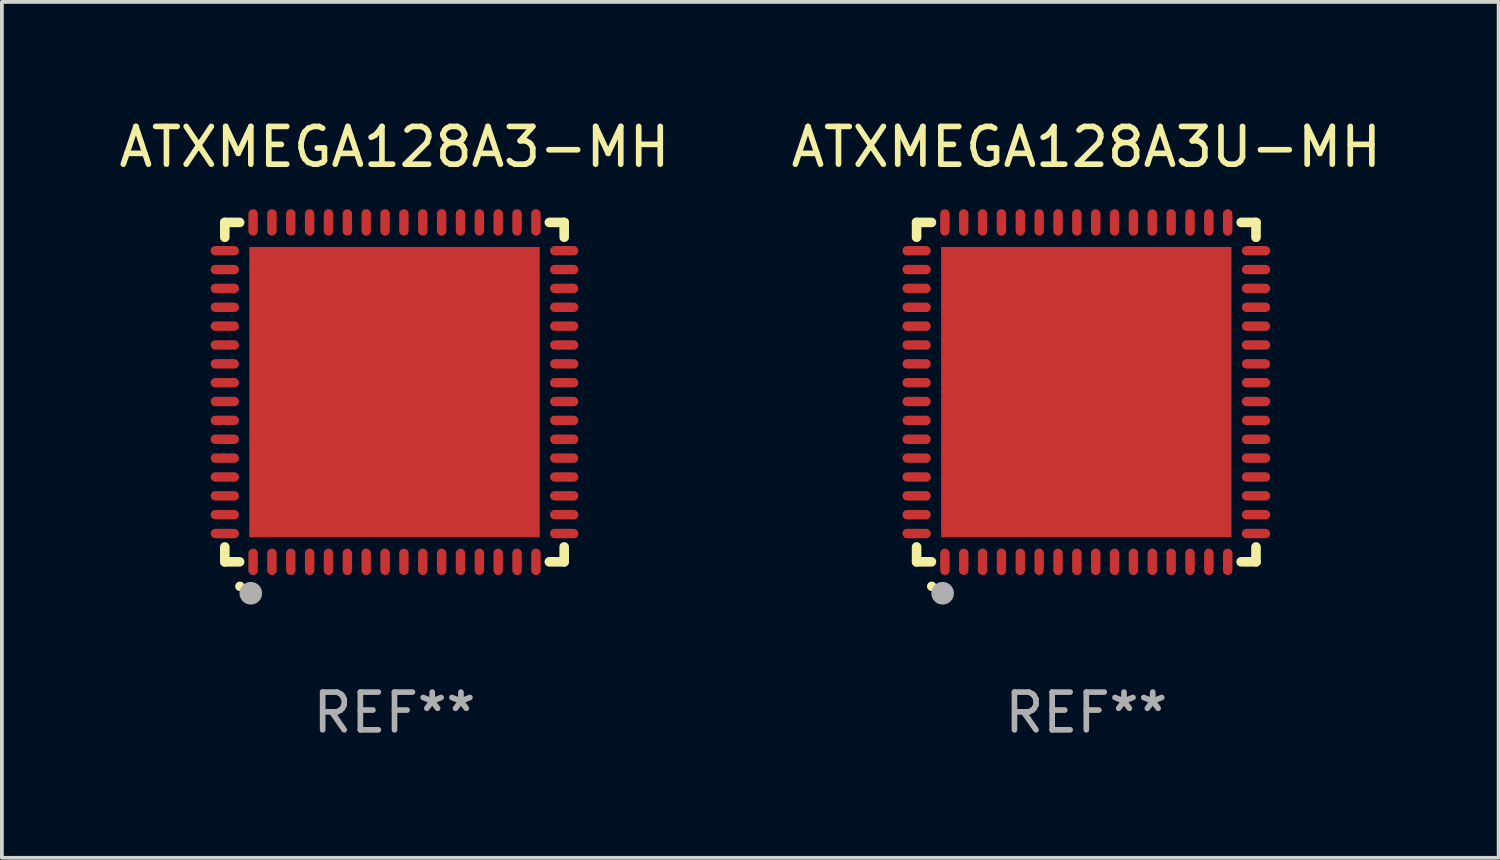
<source format=kicad_pcb>
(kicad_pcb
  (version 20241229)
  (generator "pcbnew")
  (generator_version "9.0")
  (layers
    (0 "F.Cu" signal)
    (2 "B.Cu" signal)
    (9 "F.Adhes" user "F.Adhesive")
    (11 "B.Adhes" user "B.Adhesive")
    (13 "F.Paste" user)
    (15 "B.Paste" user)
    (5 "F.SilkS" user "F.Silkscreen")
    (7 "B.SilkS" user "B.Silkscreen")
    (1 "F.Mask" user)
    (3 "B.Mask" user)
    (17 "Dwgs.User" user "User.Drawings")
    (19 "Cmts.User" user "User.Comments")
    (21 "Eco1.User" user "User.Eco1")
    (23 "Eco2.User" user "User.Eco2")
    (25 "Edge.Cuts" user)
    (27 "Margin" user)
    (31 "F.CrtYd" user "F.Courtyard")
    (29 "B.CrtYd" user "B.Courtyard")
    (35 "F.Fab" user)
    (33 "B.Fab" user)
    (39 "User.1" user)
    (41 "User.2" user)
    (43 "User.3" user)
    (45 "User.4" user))
  (footprint "ATXMEGA128A3U-MH"
    (layer "F.Cu")
    (at 25.756 7.348)
    (property "Reference" "ATXMEGA128A3U-MH" (at 0 -6.5 0) (layer "F.SilkS") (effects (font (size 1 1) (thickness 0.15))))
    (attr through_hole)
    (fp_line (start -4.5 -4.5) (end -4.106 -4.5) (stroke (width 0.254) (type solid)) (layer "F.SilkS"))
    (fp_line (start -4.5 -4.106) (end -4.5 -4.5) (stroke (width 0.254) (type solid)) (layer "F.SilkS"))
    (fp_line (start -4.5 4.5) (end -4.5 4.106) (stroke (width 0.254) (type solid)) (layer "F.SilkS"))
    (fp_line (start -4.106 4.5) (end -4.5 4.5) (stroke (width 0.254) (type solid)) (layer "F.SilkS"))
    (fp_line (start 4.106 -4.5) (end 4.5 -4.5) (stroke (width 0.254) (type solid)) (layer "F.SilkS"))
    (fp_line (start 4.5 -4.5) (end 4.5 -4.106) (stroke (width 0.254) (type solid)) (layer "F.SilkS"))
    (fp_line (start 4.5 4.106) (end 4.5 4.5) (stroke (width 0.254) (type solid)) (layer "F.SilkS"))
    (fp_line (start 4.5 4.5) (end 4.106 4.5) (stroke (width 0.254) (type solid)) (layer "F.SilkS"))
    (fp_arc (start -4.099987 5.149898) (mid -4.098717 5.149892) (end -4.097447 5.149898) (stroke (width 0.24892) (type solid)) (layer "F.SilkS"))
    (fp_circle (center -4.5 4.5) (end -4.47 4.5) (stroke (width 0.06) (type solid)) (fill no) (layer "F.SilkS"))
    (fp_circle (center -3.81 5.334) (end -3.66 5.334) (stroke (width 0.3) (type solid)) (fill no) (layer "F.Fab"))
    (fp_text user "REF**" (at 0 8.5 0) (layer "F.Fab") (effects (font (size 1 1) (thickness 0.15))))
    (pad "1" smd oval (at -3.75 4.5) (size 0.25 0.7) (layers "F.Cu" "F.Mask" "F.Paste"))
    (pad "2" smd oval (at -3.25 4.5) (size 0.25 0.7) (layers "F.Cu" "F.Mask" "F.Paste"))
    (pad "3" smd oval (at -2.75 4.5) (size 0.25 0.7) (layers "F.Cu" "F.Mask" "F.Paste"))
    (pad "4" smd oval (at -2.25 4.5) (size 0.25 0.7) (layers "F.Cu" "F.Mask" "F.Paste"))
    (pad "5" smd oval (at -1.75 4.5) (size 0.25 0.7) (layers "F.Cu" "F.Mask" "F.Paste"))
    (pad "6" smd oval (at -1.25 4.5) (size 0.25 0.7) (layers "F.Cu" "F.Mask" "F.Paste"))
    (pad "7" smd oval (at -0.75 4.5) (size 0.25 0.7) (layers "F.Cu" "F.Mask" "F.Paste"))
    (pad "8" smd oval (at -0.25 4.5) (size 0.25 0.7) (layers "F.Cu" "F.Mask" "F.Paste"))
    (pad "9" smd oval (at 0.25 4.5) (size 0.25 0.7) (layers "F.Cu" "F.Mask" "F.Paste"))
    (pad "10" smd oval (at 0.75 4.5) (size 0.25 0.7) (layers "F.Cu" "F.Mask" "F.Paste"))
    (pad "11" smd oval (at 1.25 4.5) (size 0.25 0.7) (layers "F.Cu" "F.Mask" "F.Paste"))
    (pad "12" smd oval (at 1.75 4.5) (size 0.25 0.7) (layers "F.Cu" "F.Mask" "F.Paste"))
    (pad "13" smd oval (at 2.25 4.5) (size 0.25 0.7) (layers "F.Cu" "F.Mask" "F.Paste"))
    (pad "14" smd oval (at 2.75 4.5) (size 0.25 0.7) (layers "F.Cu" "F.Mask" "F.Paste"))
    (pad "15" smd oval (at 3.25 4.5) (size 0.25 0.7) (layers "F.Cu" "F.Mask" "F.Paste"))
    (pad "16" smd oval (at 3.75 4.5) (size 0.25 0.7) (layers "F.Cu" "F.Mask" "F.Paste"))
    (pad "17" smd oval (at 4.5 3.75) (size 0.75 0.25) (layers "F.Cu" "F.Mask" "F.Paste"))
    (pad "18" smd oval (at 4.5 3.25) (size 0.75 0.25) (layers "F.Cu" "F.Mask" "F.Paste"))
    (pad "19" smd oval (at 4.5 2.75) (size 0.75 0.25) (layers "F.Cu" "F.Mask" "F.Paste"))
    (pad "20" smd oval (at 4.5 2.25) (size 0.75 0.25) (layers "F.Cu" "F.Mask" "F.Paste"))
    (pad "21" smd oval (at 4.5 1.75) (size 0.75 0.25) (layers "F.Cu" "F.Mask" "F.Paste"))
    (pad "22" smd oval (at 4.5 1.25) (size 0.75 0.25) (layers "F.Cu" "F.Mask" "F.Paste"))
    (pad "23" smd oval (at 4.5 0.75) (size 0.75 0.25) (layers "F.Cu" "F.Mask" "F.Paste"))
    (pad "24" smd oval (at 4.5 0.25) (size 0.75 0.25) (layers "F.Cu" "F.Mask" "F.Paste"))
    (pad "25" smd oval (at 4.5 -0.25) (size 0.75 0.25) (layers "F.Cu" "F.Mask" "F.Paste"))
    (pad "26" smd oval (at 4.5 -0.75) (size 0.75 0.25) (layers "F.Cu" "F.Mask" "F.Paste"))
    (pad "27" smd oval (at 4.5 -1.25) (size 0.75 0.25) (layers "F.Cu" "F.Mask" "F.Paste"))
    (pad "28" smd oval (at 4.5 -1.75) (size 0.75 0.25) (layers "F.Cu" "F.Mask" "F.Paste"))
    (pad "29" smd oval (at 4.5 -2.25) (size 0.75 0.25) (layers "F.Cu" "F.Mask" "F.Paste"))
    (pad "30" smd oval (at 4.5 -2.75) (size 0.75 0.25) (layers "F.Cu" "F.Mask" "F.Paste"))
    (pad "31" smd oval (at 4.5 -3.25) (size 0.75 0.25) (layers "F.Cu" "F.Mask" "F.Paste"))
    (pad "32" smd oval (at 4.5 -3.75) (size 0.75 0.25) (layers "F.Cu" "F.Mask" "F.Paste"))
    (pad "33" smd oval (at 3.75 -4.5) (size 0.25 0.7) (layers "F.Cu" "F.Mask" "F.Paste"))
    (pad "34" smd oval (at 3.25 -4.5) (size 0.25 0.7) (layers "F.Cu" "F.Mask" "F.Paste"))
    (pad "35" smd oval (at 2.75 -4.5) (size 0.25 0.7) (layers "F.Cu" "F.Mask" "F.Paste"))
    (pad "36" smd oval (at 2.25 -4.5) (size 0.25 0.7) (layers "F.Cu" "F.Mask" "F.Paste"))
    (pad "37" smd oval (at 1.75 -4.5) (size 0.25 0.7) (layers "F.Cu" "F.Mask" "F.Paste"))
    (pad "38" smd oval (at 1.25 -4.5) (size 0.25 0.7) (layers "F.Cu" "F.Mask" "F.Paste"))
    (pad "39" smd oval (at 0.75 -4.5) (size 0.25 0.7) (layers "F.Cu" "F.Mask" "F.Paste"))
    (pad "40" smd oval (at 0.25 -4.5) (size 0.25 0.7) (layers "F.Cu" "F.Mask" "F.Paste"))
    (pad "41" smd oval (at -0.25 -4.5) (size 0.25 0.7) (layers "F.Cu" "F.Mask" "F.Paste"))
    (pad "42" smd oval (at -0.75 -4.5) (size 0.25 0.7) (layers "F.Cu" "F.Mask" "F.Paste"))
    (pad "43" smd oval (at -1.25 -4.5) (size 0.25 0.7) (layers "F.Cu" "F.Mask" "F.Paste"))
    (pad "44" smd oval (at -1.75 -4.5) (size 0.25 0.7) (layers "F.Cu" "F.Mask" "F.Paste"))
    (pad "45" smd oval (at -2.25 -4.5) (size 0.25 0.7) (layers "F.Cu" "F.Mask" "F.Paste"))
    (pad "46" smd oval (at -2.75 -4.5) (size 0.25 0.7) (layers "F.Cu" "F.Mask" "F.Paste"))
    (pad "47" smd oval (at -3.25 -4.5) (size 0.25 0.7) (layers "F.Cu" "F.Mask" "F.Paste"))
    (pad "48" smd oval (at -3.75 -4.5) (size 0.25 0.7) (layers "F.Cu" "F.Mask" "F.Paste"))
    (pad "49" smd oval (at -4.5 -3.75) (size 0.75 0.25) (layers "F.Cu" "F.Mask" "F.Paste"))
    (pad "50" smd oval (at -4.5 -3.25) (size 0.75 0.25) (layers "F.Cu" "F.Mask" "F.Paste"))
    (pad "51" smd oval (at -4.5 -2.75) (size 0.75 0.25) (layers "F.Cu" "F.Mask" "F.Paste"))
    (pad "52" smd oval (at -4.5 -2.25) (size 0.75 0.25) (layers "F.Cu" "F.Mask" "F.Paste"))
    (pad "53" smd oval (at -4.5 -1.75) (size 0.75 0.25) (layers "F.Cu" "F.Mask" "F.Paste"))
    (pad "54" smd oval (at -4.5 -1.25) (size 0.75 0.25) (layers "F.Cu" "F.Mask" "F.Paste"))
    (pad "55" smd oval (at -4.5 -0.75) (size 0.75 0.25) (layers "F.Cu" "F.Mask" "F.Paste"))
    (pad "56" smd oval (at -4.5 -0.25) (size 0.75 0.25) (layers "F.Cu" "F.Mask" "F.Paste"))
    (pad "57" smd oval (at -4.5 0.25) (size 0.75 0.25) (layers "F.Cu" "F.Mask" "F.Paste"))
    (pad "58" smd oval (at -4.5 0.75) (size 0.75 0.25) (layers "F.Cu" "F.Mask" "F.Paste"))
    (pad "59" smd oval (at -4.5 1.25) (size 0.75 0.25) (layers "F.Cu" "F.Mask" "F.Paste"))
    (pad "60" smd oval (at -4.5 1.75) (size 0.75 0.25) (layers "F.Cu" "F.Mask" "F.Paste"))
    (pad "61" smd oval (at -4.5 2.25) (size 0.75 0.25) (layers "F.Cu" "F.Mask" "F.Paste"))
    (pad "62" smd oval (at -4.5 2.75) (size 0.75 0.25) (layers "F.Cu" "F.Mask" "F.Paste"))
    (pad "63" smd oval (at -4.5 3.25) (size 0.75 0.25) (layers "F.Cu" "F.Mask" "F.Paste"))
    (pad "64" smd oval (at -4.5 3.75) (size 0.75 0.25) (layers "F.Cu" "F.Mask" "F.Paste"))
    (pad "65" smd rect (at 0.000394 -0.000013) (size 7.7 7.7) (layers "F.Cu" "F.Mask" "F.Paste")))
  (footprint "ATXMEGA128A3-MH"
    (layer "F.Cu")
    (at 7.411 7.348)
    (property "Reference" "ATXMEGA128A3-MH" (at 0 -6.5 0) (layer "F.SilkS") (effects (font (size 1 1) (thickness 0.15))))
    (attr through_hole)
    (fp_line (start -4.5 -4.5) (end -4.106 -4.5) (stroke (width 0.254) (type solid)) (layer "F.SilkS"))
    (fp_line (start -4.5 -4.106) (end -4.5 -4.5) (stroke (width 0.254) (type solid)) (layer "F.SilkS"))
    (fp_line (start -4.5 4.5) (end -4.5 4.106) (stroke (width 0.254) (type solid)) (layer "F.SilkS"))
    (fp_line (start -4.106 4.5) (end -4.5 4.5) (stroke (width 0.254) (type solid)) (layer "F.SilkS"))
    (fp_line (start 4.106 -4.5) (end 4.5 -4.5) (stroke (width 0.254) (type solid)) (layer "F.SilkS"))
    (fp_line (start 4.5 -4.5) (end 4.5 -4.106) (stroke (width 0.254) (type solid)) (layer "F.SilkS"))
    (fp_line (start 4.5 4.106) (end 4.5 4.5) (stroke (width 0.254) (type solid)) (layer "F.SilkS"))
    (fp_line (start 4.5 4.5) (end 4.106 4.5) (stroke (width 0.254) (type solid)) (layer "F.SilkS"))
    (fp_arc (start -4.099987 5.149898) (mid -4.098717 5.149892) (end -4.097447 5.149898) (stroke (width 0.24892) (type solid)) (layer "F.SilkS"))
    (fp_circle (center -4.5 4.5) (end -4.47 4.5) (stroke (width 0.06) (type solid)) (fill no) (layer "F.SilkS"))
    (fp_circle (center -3.81 5.334) (end -3.66 5.334) (stroke (width 0.3) (type solid)) (fill no) (layer "F.Fab"))
    (fp_text user "REF**" (at 0 8.5 0) (layer "F.Fab") (effects (font (size 1 1) (thickness 0.15))))
    (pad "1" smd oval (at -3.75 4.5) (size 0.25 0.7) (layers "F.Cu" "F.Mask" "F.Paste"))
    (pad "2" smd oval (at -3.25 4.5) (size 0.25 0.7) (layers "F.Cu" "F.Mask" "F.Paste"))
    (pad "3" smd oval (at -2.75 4.5) (size 0.25 0.7) (layers "F.Cu" "F.Mask" "F.Paste"))
    (pad "4" smd oval (at -2.25 4.5) (size 0.25 0.7) (layers "F.Cu" "F.Mask" "F.Paste"))
    (pad "5" smd oval (at -1.75 4.5) (size 0.25 0.7) (layers "F.Cu" "F.Mask" "F.Paste"))
    (pad "6" smd oval (at -1.25 4.5) (size 0.25 0.7) (layers "F.Cu" "F.Mask" "F.Paste"))
    (pad "7" smd oval (at -0.75 4.5) (size 0.25 0.7) (layers "F.Cu" "F.Mask" "F.Paste"))
    (pad "8" smd oval (at -0.25 4.5) (size 0.25 0.7) (layers "F.Cu" "F.Mask" "F.Paste"))
    (pad "9" smd oval (at 0.25 4.5) (size 0.25 0.7) (layers "F.Cu" "F.Mask" "F.Paste"))
    (pad "10" smd oval (at 0.75 4.5) (size 0.25 0.7) (layers "F.Cu" "F.Mask" "F.Paste"))
    (pad "11" smd oval (at 1.25 4.5) (size 0.25 0.7) (layers "F.Cu" "F.Mask" "F.Paste"))
    (pad "12" smd oval (at 1.75 4.5) (size 0.25 0.7) (layers "F.Cu" "F.Mask" "F.Paste"))
    (pad "13" smd oval (at 2.25 4.5) (size 0.25 0.7) (layers "F.Cu" "F.Mask" "F.Paste"))
    (pad "14" smd oval (at 2.75 4.5) (size 0.25 0.7) (layers "F.Cu" "F.Mask" "F.Paste"))
    (pad "15" smd oval (at 3.25 4.5) (size 0.25 0.7) (layers "F.Cu" "F.Mask" "F.Paste"))
    (pad "16" smd oval (at 3.75 4.5) (size 0.25 0.7) (layers "F.Cu" "F.Mask" "F.Paste"))
    (pad "17" smd oval (at 4.5 3.75) (size 0.75 0.25) (layers "F.Cu" "F.Mask" "F.Paste"))
    (pad "18" smd oval (at 4.5 3.25) (size 0.75 0.25) (layers "F.Cu" "F.Mask" "F.Paste"))
    (pad "19" smd oval (at 4.5 2.75) (size 0.75 0.25) (layers "F.Cu" "F.Mask" "F.Paste"))
    (pad "20" smd oval (at 4.5 2.25) (size 0.75 0.25) (layers "F.Cu" "F.Mask" "F.Paste"))
    (pad "21" smd oval (at 4.5 1.75) (size 0.75 0.25) (layers "F.Cu" "F.Mask" "F.Paste"))
    (pad "22" smd oval (at 4.5 1.25) (size 0.75 0.25) (layers "F.Cu" "F.Mask" "F.Paste"))
    (pad "23" smd oval (at 4.5 0.75) (size 0.75 0.25) (layers "F.Cu" "F.Mask" "F.Paste"))
    (pad "24" smd oval (at 4.5 0.25) (size 0.75 0.25) (layers "F.Cu" "F.Mask" "F.Paste"))
    (pad "25" smd oval (at 4.5 -0.25) (size 0.75 0.25) (layers "F.Cu" "F.Mask" "F.Paste"))
    (pad "26" smd oval (at 4.5 -0.75) (size 0.75 0.25) (layers "F.Cu" "F.Mask" "F.Paste"))
    (pad "27" smd oval (at 4.5 -1.25) (size 0.75 0.25) (layers "F.Cu" "F.Mask" "F.Paste"))
    (pad "28" smd oval (at 4.5 -1.75) (size 0.75 0.25) (layers "F.Cu" "F.Mask" "F.Paste"))
    (pad "29" smd oval (at 4.5 -2.25) (size 0.75 0.25) (layers "F.Cu" "F.Mask" "F.Paste"))
    (pad "30" smd oval (at 4.5 -2.75) (size 0.75 0.25) (layers "F.Cu" "F.Mask" "F.Paste"))
    (pad "31" smd oval (at 4.5 -3.25) (size 0.75 0.25) (layers "F.Cu" "F.Mask" "F.Paste"))
    (pad "32" smd oval (at 4.5 -3.75) (size 0.75 0.25) (layers "F.Cu" "F.Mask" "F.Paste"))
    (pad "33" smd oval (at 3.75 -4.5) (size 0.25 0.7) (layers "F.Cu" "F.Mask" "F.Paste"))
    (pad "34" smd oval (at 3.25 -4.5) (size 0.25 0.7) (layers "F.Cu" "F.Mask" "F.Paste"))
    (pad "35" smd oval (at 2.75 -4.5) (size 0.25 0.7) (layers "F.Cu" "F.Mask" "F.Paste"))
    (pad "36" smd oval (at 2.25 -4.5) (size 0.25 0.7) (layers "F.Cu" "F.Mask" "F.Paste"))
    (pad "37" smd oval (at 1.75 -4.5) (size 0.25 0.7) (layers "F.Cu" "F.Mask" "F.Paste"))
    (pad "38" smd oval (at 1.25 -4.5) (size 0.25 0.7) (layers "F.Cu" "F.Mask" "F.Paste"))
    (pad "39" smd oval (at 0.75 -4.5) (size 0.25 0.7) (layers "F.Cu" "F.Mask" "F.Paste"))
    (pad "40" smd oval (at 0.25 -4.5) (size 0.25 0.7) (layers "F.Cu" "F.Mask" "F.Paste"))
    (pad "41" smd oval (at -0.25 -4.5) (size 0.25 0.7) (layers "F.Cu" "F.Mask" "F.Paste"))
    (pad "42" smd oval (at -0.75 -4.5) (size 0.25 0.7) (layers "F.Cu" "F.Mask" "F.Paste"))
    (pad "43" smd oval (at -1.25 -4.5) (size 0.25 0.7) (layers "F.Cu" "F.Mask" "F.Paste"))
    (pad "44" smd oval (at -1.75 -4.5) (size 0.25 0.7) (layers "F.Cu" "F.Mask" "F.Paste"))
    (pad "45" smd oval (at -2.25 -4.5) (size 0.25 0.7) (layers "F.Cu" "F.Mask" "F.Paste"))
    (pad "46" smd oval (at -2.75 -4.5) (size 0.25 0.7) (layers "F.Cu" "F.Mask" "F.Paste"))
    (pad "47" smd oval (at -3.25 -4.5) (size 0.25 0.7) (layers "F.Cu" "F.Mask" "F.Paste"))
    (pad "48" smd oval (at -3.75 -4.5) (size 0.25 0.7) (layers "F.Cu" "F.Mask" "F.Paste"))
    (pad "49" smd oval (at -4.5 -3.75) (size 0.75 0.25) (layers "F.Cu" "F.Mask" "F.Paste"))
    (pad "50" smd oval (at -4.5 -3.25) (size 0.75 0.25) (layers "F.Cu" "F.Mask" "F.Paste"))
    (pad "51" smd oval (at -4.5 -2.75) (size 0.75 0.25) (layers "F.Cu" "F.Mask" "F.Paste"))
    (pad "52" smd oval (at -4.5 -2.25) (size 0.75 0.25) (layers "F.Cu" "F.Mask" "F.Paste"))
    (pad "53" smd oval (at -4.5 -1.75) (size 0.75 0.25) (layers "F.Cu" "F.Mask" "F.Paste"))
    (pad "54" smd oval (at -4.5 -1.25) (size 0.75 0.25) (layers "F.Cu" "F.Mask" "F.Paste"))
    (pad "55" smd oval (at -4.5 -0.75) (size 0.75 0.25) (layers "F.Cu" "F.Mask" "F.Paste"))
    (pad "56" smd oval (at -4.5 -0.25) (size 0.75 0.25) (layers "F.Cu" "F.Mask" "F.Paste"))
    (pad "57" smd oval (at -4.5 0.25) (size 0.75 0.25) (layers "F.Cu" "F.Mask" "F.Paste"))
    (pad "58" smd oval (at -4.5 0.75) (size 0.75 0.25) (layers "F.Cu" "F.Mask" "F.Paste"))
    (pad "59" smd oval (at -4.5 1.25) (size 0.75 0.25) (layers "F.Cu" "F.Mask" "F.Paste"))
    (pad "60" smd oval (at -4.5 1.75) (size 0.75 0.25) (layers "F.Cu" "F.Mask" "F.Paste"))
    (pad "61" smd oval (at -4.5 2.25) (size 0.75 0.25) (layers "F.Cu" "F.Mask" "F.Paste"))
    (pad "62" smd oval (at -4.5 2.75) (size 0.75 0.25) (layers "F.Cu" "F.Mask" "F.Paste"))
    (pad "63" smd oval (at -4.5 3.25) (size 0.75 0.25) (layers "F.Cu" "F.Mask" "F.Paste"))
    (pad "64" smd oval (at -4.5 3.75) (size 0.75 0.25) (layers "F.Cu" "F.Mask" "F.Paste"))
    (pad "65" smd rect (at 0.000394 -0.000013) (size 7.7 7.7) (layers "F.Cu" "F.Mask" "F.Paste")))
  (gr_rect
    (start -3 -3)
    (end 36.69 19.697)
    (stroke (width 0.1) (type default))
    (fill no)
    (layer "Edge.Cuts")))
</source>
